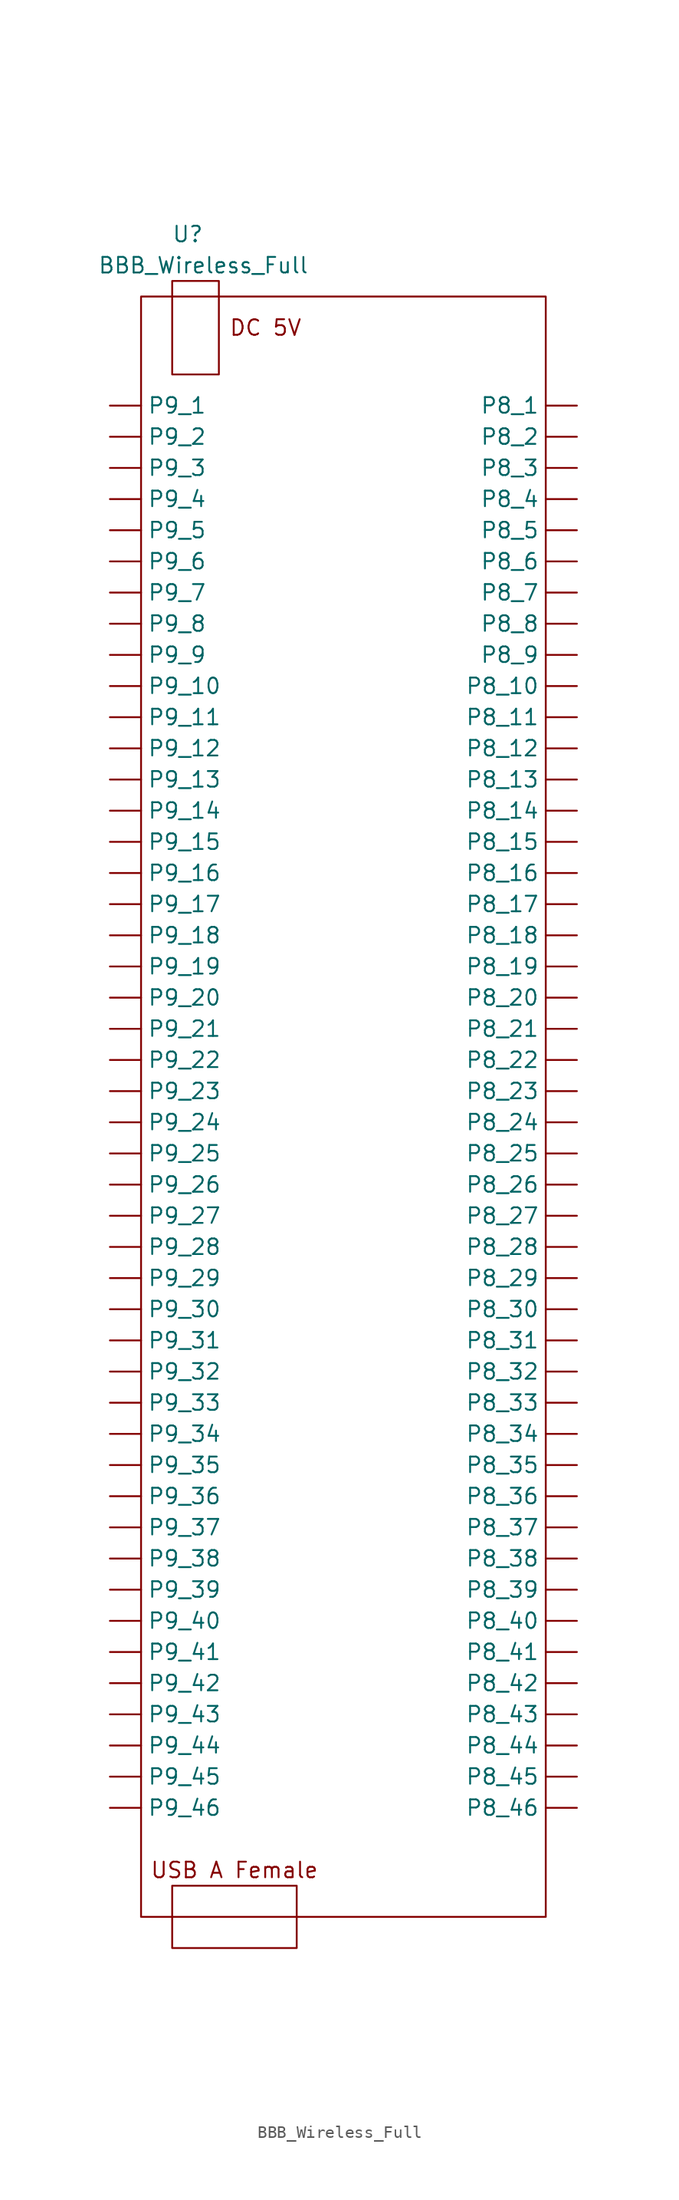
<source format=kicad_sym>
(kicad_symbol_lib
  (version 20211014)
  (generator kicad_symbol_editor)
  (symbol "BBB_Wireless_Full"
    (property "Reference" "U"
      (at 3.81 5.08 0)
      (effects (font (size 1.27 1.27))))
    (property "Value" "BBB_Wireless_Full"
      (at 5.08 2.54 0)
      (effects (font (size 1.27 1.27))))
    (symbol "BBB_Wireless_Full_0_0"
      (text "DC 5V" (at 10.16 -2.54 0) (effects (font (size 1.27 1.27))))
      (text "USB A Female" (at 7.62 -128.27 0) (effects (font (size 1.27 1.27)))))
    (symbol "BBB_Wireless_Full_0_1"
      (polyline (pts (xy 2.54 -134.62) (xy 2.54 -129.54) (xy 12.7 -129.54) (xy 12.7 -134.62) (xy 2.54 -134.62) (xy 3.81 -134.62)) (stroke (width 0) (type default) (color 0 0 0 0)) (fill (type none)))
      (polyline (pts (xy 2.54 -5.08) (xy 2.54 1.27) (xy 6.35 1.27) (xy 6.35 -6.35) (xy 2.54 -6.35) (xy 2.54 -5.08)) (stroke (width 0) (type default) (color 0 0 0 0)) (fill (type none)))
      (rectangle (start 0 0) (end 33.02 -132.08) (stroke (width 0) (type default) (color 0 0 0 0)) (fill (type none))))
    (symbol "BBB_Wireless_Full_1_1"
      (pin bidirectional line (at 35.56 -8.89 180) (length 2.54) (name "P8_1" (effects (font (size 1.27 1.27)))) (number "" (effects (font (size 1.27 1.27)))))
      (pin bidirectional line (at 35.56 -31.75 180) (length 2.54) (name "P8_10" (effects (font (size 1.27 1.27)))) (number "" (effects (font (size 1.27 1.27)))))
      (pin bidirectional line (at 35.56 -34.29 180) (length 2.54) (name "P8_11" (effects (font (size 1.27 1.27)))) (number "" (effects (font (size 1.27 1.27)))))
      (pin bidirectional line (at 35.56 -36.83 180) (length 2.54) (name "P8_12" (effects (font (size 1.27 1.27)))) (number "" (effects (font (size 1.27 1.27)))))
      (pin bidirectional line (at 35.56 -39.37 180) (length 2.54) (name "P8_13" (effects (font (size 1.27 1.27)))) (number "" (effects (font (size 1.27 1.27)))))
      (pin bidirectional line (at 35.56 -41.91 180) (length 2.54) (name "P8_14" (effects (font (size 1.27 1.27)))) (number "" (effects (font (size 1.27 1.27)))))
      (pin bidirectional line (at 35.56 -44.45 180) (length 2.54) (name "P8_15" (effects (font (size 1.27 1.27)))) (number "" (effects (font (size 1.27 1.27)))))
      (pin bidirectional line (at 35.56 -46.99 180) (length 2.54) (name "P8_16" (effects (font (size 1.27 1.27)))) (number "" (effects (font (size 1.27 1.27)))))
      (pin bidirectional line (at 35.56 -49.53 180) (length 2.54) (name "P8_17" (effects (font (size 1.27 1.27)))) (number "" (effects (font (size 1.27 1.27)))))
      (pin bidirectional line (at 35.56 -52.07 180) (length 2.54) (name "P8_18" (effects (font (size 1.27 1.27)))) (number "" (effects (font (size 1.27 1.27)))))
      (pin bidirectional line (at 35.56 -54.61 180) (length 2.54) (name "P8_19" (effects (font (size 1.27 1.27)))) (number "" (effects (font (size 1.27 1.27)))))
      (pin bidirectional line (at 35.56 -11.43 180) (length 2.54) (name "P8_2" (effects (font (size 1.27 1.27)))) (number "" (effects (font (size 1.27 1.27)))))
      (pin bidirectional line (at 35.56 -57.15 180) (length 2.54) (name "P8_20" (effects (font (size 1.27 1.27)))) (number "" (effects (font (size 1.27 1.27)))))
      (pin bidirectional line (at 35.56 -59.69 180) (length 2.54) (name "P8_21" (effects (font (size 1.27 1.27)))) (number "" (effects (font (size 1.27 1.27)))))
      (pin bidirectional line (at 35.56 -62.23 180) (length 2.54) (name "P8_22" (effects (font (size 1.27 1.27)))) (number "" (effects (font (size 1.27 1.27)))))
      (pin bidirectional line (at 35.56 -64.77 180) (length 2.54) (name "P8_23" (effects (font (size 1.27 1.27)))) (number "" (effects (font (size 1.27 1.27)))))
      (pin bidirectional line (at 35.56 -67.31 180) (length 2.54) (name "P8_24" (effects (font (size 1.27 1.27)))) (number "" (effects (font (size 1.27 1.27)))))
      (pin bidirectional line (at 35.56 -69.85 180) (length 2.54) (name "P8_25" (effects (font (size 1.27 1.27)))) (number "" (effects (font (size 1.27 1.27)))))
      (pin bidirectional line (at 35.56 -72.39 180) (length 2.54) (name "P8_26" (effects (font (size 1.27 1.27)))) (number "" (effects (font (size 1.27 1.27)))))
      (pin bidirectional line (at 35.56 -74.93 180) (length 2.54) (name "P8_27" (effects (font (size 1.27 1.27)))) (number "" (effects (font (size 1.27 1.27)))))
      (pin bidirectional line (at 35.56 -77.47 180) (length 2.54) (name "P8_28" (effects (font (size 1.27 1.27)))) (number "" (effects (font (size 1.27 1.27)))))
      (pin bidirectional line (at 35.56 -80.01 180) (length 2.54) (name "P8_29" (effects (font (size 1.27 1.27)))) (number "" (effects (font (size 1.27 1.27)))))
      (pin bidirectional line (at 35.56 -13.97 180) (length 2.54) (name "P8_3" (effects (font (size 1.27 1.27)))) (number "" (effects (font (size 1.27 1.27)))))
      (pin bidirectional line (at 35.56 -82.55 180) (length 2.54) (name "P8_30" (effects (font (size 1.27 1.27)))) (number "" (effects (font (size 1.27 1.27)))))
      (pin bidirectional line (at 35.56 -85.09 180) (length 2.54) (name "P8_31" (effects (font (size 1.27 1.27)))) (number "" (effects (font (size 1.27 1.27)))))
      (pin bidirectional line (at 35.56 -87.63 180) (length 2.54) (name "P8_32" (effects (font (size 1.27 1.27)))) (number "" (effects (font (size 1.27 1.27)))))
      (pin bidirectional line (at 35.56 -90.17 180) (length 2.54) (name "P8_33" (effects (font (size 1.27 1.27)))) (number "" (effects (font (size 1.27 1.27)))))
      (pin bidirectional line (at 35.56 -92.71 180) (length 2.54) (name "P8_34" (effects (font (size 1.27 1.27)))) (number "" (effects (font (size 1.27 1.27)))))
      (pin bidirectional line (at 35.56 -95.25 180) (length 2.54) (name "P8_35" (effects (font (size 1.27 1.27)))) (number "" (effects (font (size 1.27 1.27)))))
      (pin bidirectional line (at 35.56 -97.79 180) (length 2.54) (name "P8_36" (effects (font (size 1.27 1.27)))) (number "" (effects (font (size 1.27 1.27)))))
      (pin bidirectional line (at 35.56 -100.33 180) (length 2.54) (name "P8_37" (effects (font (size 1.27 1.27)))) (number "" (effects (font (size 1.27 1.27)))))
      (pin bidirectional line (at 35.56 -102.87 180) (length 2.54) (name "P8_38" (effects (font (size 1.27 1.27)))) (number "" (effects (font (size 1.27 1.27)))))
      (pin bidirectional line (at 35.56 -105.41 180) (length 2.54) (name "P8_39" (effects (font (size 1.27 1.27)))) (number "" (effects (font (size 1.27 1.27)))))
      (pin bidirectional line (at 35.56 -16.51 180) (length 2.54) (name "P8_4" (effects (font (size 1.27 1.27)))) (number "" (effects (font (size 1.27 1.27)))))
      (pin bidirectional line (at 35.56 -107.95 180) (length 2.54) (name "P8_40" (effects (font (size 1.27 1.27)))) (number "" (effects (font (size 1.27 1.27)))))
      (pin bidirectional line (at 35.56 -110.49 180) (length 2.54) (name "P8_41" (effects (font (size 1.27 1.27)))) (number "" (effects (font (size 1.27 1.27)))))
      (pin bidirectional line (at 35.56 -113.03 180) (length 2.54) (name "P8_42" (effects (font (size 1.27 1.27)))) (number "" (effects (font (size 1.27 1.27)))))
      (pin bidirectional line (at 35.56 -115.57 180) (length 2.54) (name "P8_43" (effects (font (size 1.27 1.27)))) (number "" (effects (font (size 1.27 1.27)))))
      (pin bidirectional line (at 35.56 -118.11 180) (length 2.54) (name "P8_44" (effects (font (size 1.27 1.27)))) (number "" (effects (font (size 1.27 1.27)))))
      (pin bidirectional line (at 35.56 -120.65 180) (length 2.54) (name "P8_45" (effects (font (size 1.27 1.27)))) (number "" (effects (font (size 1.27 1.27)))))
      (pin bidirectional line (at 35.56 -123.19 180) (length 2.54) (name "P8_46" (effects (font (size 1.27 1.27)))) (number "" (effects (font (size 1.27 1.27)))))
      (pin bidirectional line (at 35.56 -19.05 180) (length 2.54) (name "P8_5" (effects (font (size 1.27 1.27)))) (number "" (effects (font (size 1.27 1.27)))))
      (pin bidirectional line (at 35.56 -21.59 180) (length 2.54) (name "P8_6" (effects (font (size 1.27 1.27)))) (number "" (effects (font (size 1.27 1.27)))))
      (pin bidirectional line (at 35.56 -24.13 180) (length 2.54) (name "P8_7" (effects (font (size 1.27 1.27)))) (number "" (effects (font (size 1.27 1.27)))))
      (pin bidirectional line (at 35.56 -26.67 180) (length 2.54) (name "P8_8" (effects (font (size 1.27 1.27)))) (number "" (effects (font (size 1.27 1.27)))))
      (pin bidirectional line (at 35.56 -29.21 180) (length 2.54) (name "P8_9" (effects (font (size 1.27 1.27)))) (number "" (effects (font (size 1.27 1.27)))))
      (pin bidirectional line (at -2.54 -8.89 0) (length 2.54) (name "P9_1" (effects (font (size 1.27 1.27)))) (number "" (effects (font (size 1.27 1.27)))))
      (pin bidirectional line (at -2.54 -31.75 0) (length 2.54) (name "P9_10" (effects (font (size 1.27 1.27)))) (number "" (effects (font (size 1.27 1.27)))))
      (pin bidirectional line (at -2.54 -34.29 0) (length 2.54) (name "P9_11" (effects (font (size 1.27 1.27)))) (number "" (effects (font (size 1.27 1.27)))))
      (pin bidirectional line (at -2.54 -36.83 0) (length 2.54) (name "P9_12" (effects (font (size 1.27 1.27)))) (number "" (effects (font (size 1.27 1.27)))))
      (pin bidirectional line (at -2.54 -39.37 0) (length 2.54) (name "P9_13" (effects (font (size 1.27 1.27)))) (number "" (effects (font (size 1.27 1.27)))))
      (pin bidirectional line (at -2.54 -41.91 0) (length 2.54) (name "P9_14" (effects (font (size 1.27 1.27)))) (number "" (effects (font (size 1.27 1.27)))))
      (pin bidirectional line (at -2.54 -44.45 0) (length 2.54) (name "P9_15" (effects (font (size 1.27 1.27)))) (number "" (effects (font (size 1.27 1.27)))))
      (pin bidirectional line (at -2.54 -46.99 0) (length 2.54) (name "P9_16" (effects (font (size 1.27 1.27)))) (number "" (effects (font (size 1.27 1.27)))))
      (pin bidirectional line (at -2.54 -49.53 0) (length 2.54) (name "P9_17" (effects (font (size 1.27 1.27)))) (number "" (effects (font (size 1.27 1.27)))))
      (pin bidirectional line (at -2.54 -52.07 0) (length 2.54) (name "P9_18" (effects (font (size 1.27 1.27)))) (number "" (effects (font (size 1.27 1.27)))))
      (pin bidirectional line (at -2.54 -54.61 0) (length 2.54) (name "P9_19" (effects (font (size 1.27 1.27)))) (number "" (effects (font (size 1.27 1.27)))))
      (pin bidirectional line (at -2.54 -11.43 0) (length 2.54) (name "P9_2" (effects (font (size 1.27 1.27)))) (number "" (effects (font (size 1.27 1.27)))))
      (pin bidirectional line (at -2.54 -57.15 0) (length 2.54) (name "P9_20" (effects (font (size 1.27 1.27)))) (number "" (effects (font (size 1.27 1.27)))))
      (pin bidirectional line (at -2.54 -59.69 0) (length 2.54) (name "P9_21" (effects (font (size 1.27 1.27)))) (number "" (effects (font (size 1.27 1.27)))))
      (pin bidirectional line (at -2.54 -62.23 0) (length 2.54) (name "P9_22" (effects (font (size 1.27 1.27)))) (number "" (effects (font (size 1.27 1.27)))))
      (pin bidirectional line (at -2.54 -64.77 0) (length 2.54) (name "P9_23" (effects (font (size 1.27 1.27)))) (number "" (effects (font (size 1.27 1.27)))))
      (pin bidirectional line (at -2.54 -67.31 0) (length 2.54) (name "P9_24" (effects (font (size 1.27 1.27)))) (number "" (effects (font (size 1.27 1.27)))))
      (pin bidirectional line (at -2.54 -69.85 0) (length 2.54) (name "P9_25" (effects (font (size 1.27 1.27)))) (number "" (effects (font (size 1.27 1.27)))))
      (pin bidirectional line (at -2.54 -72.39 0) (length 2.54) (name "P9_26" (effects (font (size 1.27 1.27)))) (number "" (effects (font (size 1.27 1.27)))))
      (pin bidirectional line (at -2.54 -74.93 0) (length 2.54) (name "P9_27" (effects (font (size 1.27 1.27)))) (number "" (effects (font (size 1.27 1.27)))))
      (pin bidirectional line (at -2.54 -77.47 0) (length 2.54) (name "P9_28" (effects (font (size 1.27 1.27)))) (number "" (effects (font (size 1.27 1.27)))))
      (pin bidirectional line (at -2.54 -80.01 0) (length 2.54) (name "P9_29" (effects (font (size 1.27 1.27)))) (number "" (effects (font (size 1.27 1.27)))))
      (pin bidirectional line (at -2.54 -13.97 0) (length 2.54) (name "P9_3" (effects (font (size 1.27 1.27)))) (number "" (effects (font (size 1.27 1.27)))))
      (pin bidirectional line (at -2.54 -82.55 0) (length 2.54) (name "P9_30" (effects (font (size 1.27 1.27)))) (number "" (effects (font (size 1.27 1.27)))))
      (pin bidirectional line (at -2.54 -85.09 0) (length 2.54) (name "P9_31" (effects (font (size 1.27 1.27)))) (number "" (effects (font (size 1.27 1.27)))))
      (pin bidirectional line (at -2.54 -87.63 0) (length 2.54) (name "P9_32" (effects (font (size 1.27 1.27)))) (number "" (effects (font (size 1.27 1.27)))))
      (pin bidirectional line (at -2.54 -90.17 0) (length 2.54) (name "P9_33" (effects (font (size 1.27 1.27)))) (number "" (effects (font (size 1.27 1.27)))))
      (pin bidirectional line (at -2.54 -92.71 0) (length 2.54) (name "P9_34" (effects (font (size 1.27 1.27)))) (number "" (effects (font (size 1.27 1.27)))))
      (pin bidirectional line (at -2.54 -95.25 0) (length 2.54) (name "P9_35" (effects (font (size 1.27 1.27)))) (number "" (effects (font (size 1.27 1.27)))))
      (pin bidirectional line (at -2.54 -97.79 0) (length 2.54) (name "P9_36" (effects (font (size 1.27 1.27)))) (number "" (effects (font (size 1.27 1.27)))))
      (pin bidirectional line (at -2.54 -100.33 0) (length 2.54) (name "P9_37" (effects (font (size 1.27 1.27)))) (number "" (effects (font (size 1.27 1.27)))))
      (pin bidirectional line (at -2.54 -102.87 0) (length 2.54) (name "P9_38" (effects (font (size 1.27 1.27)))) (number "" (effects (font (size 1.27 1.27)))))
      (pin bidirectional line (at -2.54 -105.41 0) (length 2.54) (name "P9_39" (effects (font (size 1.27 1.27)))) (number "" (effects (font (size 1.27 1.27)))))
      (pin bidirectional line (at -2.54 -16.51 0) (length 2.54) (name "P9_4" (effects (font (size 1.27 1.27)))) (number "" (effects (font (size 1.27 1.27)))))
      (pin bidirectional line (at -2.54 -107.95 0) (length 2.54) (name "P9_40" (effects (font (size 1.27 1.27)))) (number "" (effects (font (size 1.27 1.27)))))
      (pin bidirectional line (at -2.54 -110.49 0) (length 2.54) (name "P9_41" (effects (font (size 1.27 1.27)))) (number "" (effects (font (size 1.27 1.27)))))
      (pin bidirectional line (at -2.54 -113.03 0) (length 2.54) (name "P9_42" (effects (font (size 1.27 1.27)))) (number "" (effects (font (size 1.27 1.27)))))
      (pin bidirectional line (at -2.54 -115.57 0) (length 2.54) (name "P9_43" (effects (font (size 1.27 1.27)))) (number "" (effects (font (size 1.27 1.27)))))
      (pin bidirectional line (at -2.54 -118.11 0) (length 2.54) (name "P9_44" (effects (font (size 1.27 1.27)))) (number "" (effects (font (size 1.27 1.27)))))
      (pin bidirectional line (at -2.54 -120.65 0) (length 2.54) (name "P9_45" (effects (font (size 1.27 1.27)))) (number "" (effects (font (size 1.27 1.27)))))
      (pin bidirectional line (at -2.54 -123.19 0) (length 2.54) (name "P9_46" (effects (font (size 1.27 1.27)))) (number "" (effects (font (size 1.27 1.27)))))
      (pin bidirectional line (at -2.54 -19.05 0) (length 2.54) (name "P9_5" (effects (font (size 1.27 1.27)))) (number "" (effects (font (size 1.27 1.27)))))
      (pin bidirectional line (at -2.54 -21.59 0) (length 2.54) (name "P9_6" (effects (font (size 1.27 1.27)))) (number "" (effects (font (size 1.27 1.27)))))
      (pin bidirectional line (at -2.54 -24.13 0) (length 2.54) (name "P9_7" (effects (font (size 1.27 1.27)))) (number "" (effects (font (size 1.27 1.27)))))
      (pin bidirectional line (at -2.54 -26.67 0) (length 2.54) (name "P9_8" (effects (font (size 1.27 1.27)))) (number "" (effects (font (size 1.27 1.27)))))
      (pin bidirectional line (at -2.54 -29.21 0) (length 2.54) (name "P9_9" (effects (font (size 1.27 1.27)))) (number "" (effects (font (size 1.27 1.27))))))))
</source>
